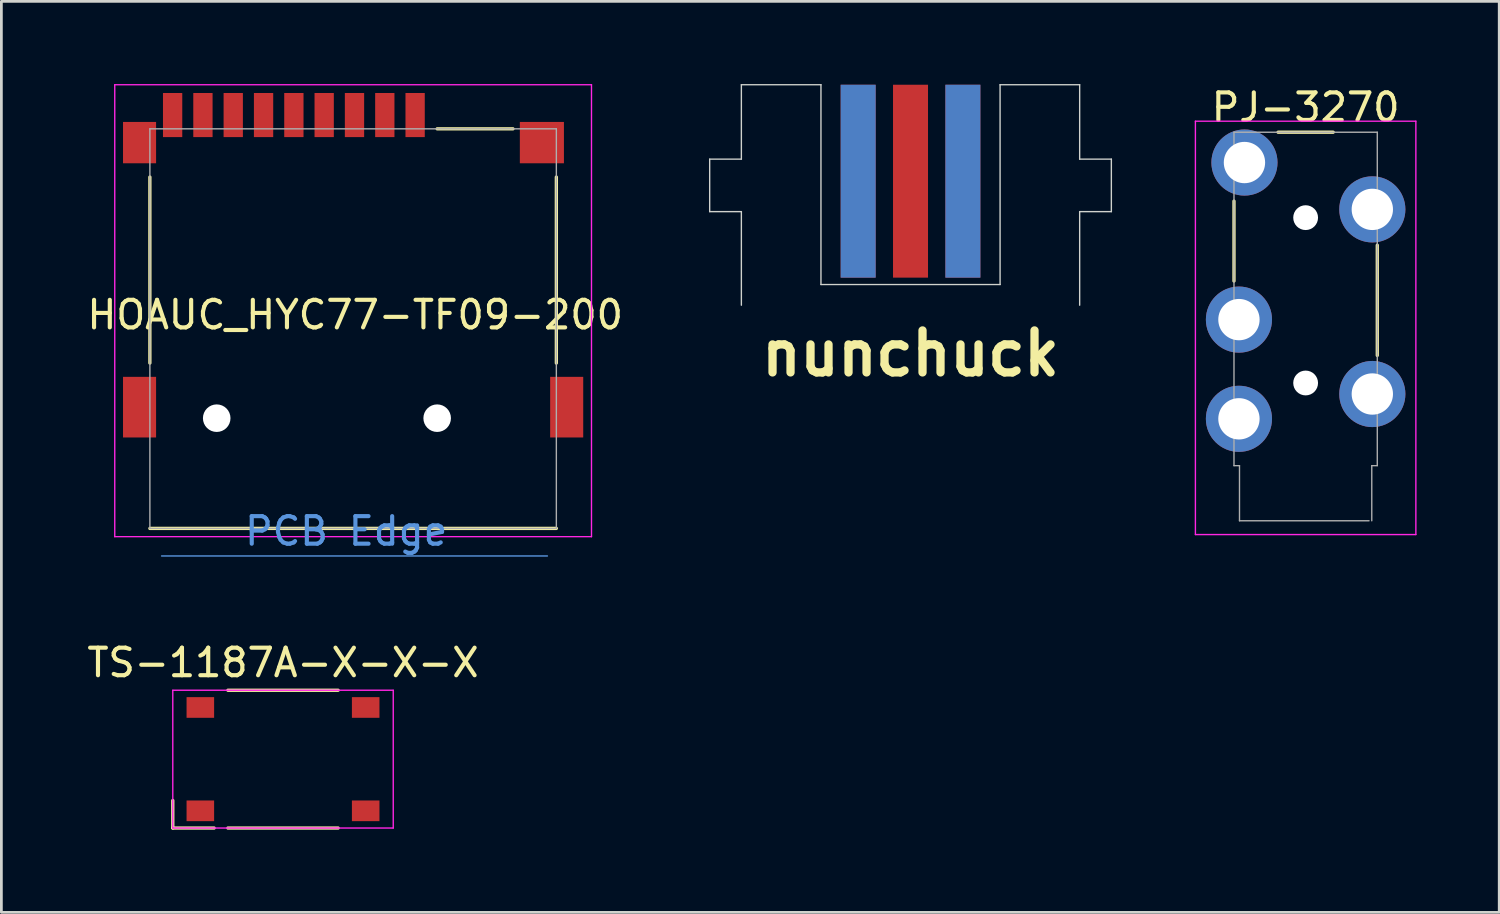
<source format=kicad_pcb>
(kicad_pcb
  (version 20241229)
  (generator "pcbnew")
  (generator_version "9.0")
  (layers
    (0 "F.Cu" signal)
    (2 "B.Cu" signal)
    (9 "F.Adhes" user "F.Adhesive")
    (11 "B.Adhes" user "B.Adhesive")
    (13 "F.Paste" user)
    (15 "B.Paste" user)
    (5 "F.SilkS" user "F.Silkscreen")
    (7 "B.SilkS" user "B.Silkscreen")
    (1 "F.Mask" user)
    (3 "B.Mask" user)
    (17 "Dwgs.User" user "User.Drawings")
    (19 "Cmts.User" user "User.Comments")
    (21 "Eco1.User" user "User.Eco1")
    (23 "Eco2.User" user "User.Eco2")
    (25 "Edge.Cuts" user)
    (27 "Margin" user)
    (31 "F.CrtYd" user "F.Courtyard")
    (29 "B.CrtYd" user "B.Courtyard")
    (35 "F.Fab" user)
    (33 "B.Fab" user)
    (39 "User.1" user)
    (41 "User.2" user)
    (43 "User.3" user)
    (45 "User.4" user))
  (footprint "HOAUC_HYC77-TF09-200"
    (layer "F.Cu")
    (at 4.814 12.125)
    (property "Reference" "HOAUC_HYC77-TF09-200" (at 5.025 -3.75 0) (layer "F.SilkS") (effects (font (size 1 1) (thickness 0.15))))
    (attr through_hole)
    (fp_line (start -2.425 -2) (end -2.425 -8.75) (stroke (width 0.12) (type solid)) (layer "F.SilkS"))
    (fp_line (start -2.425 4) (end 12.325 4) (stroke (width 0.12) (type solid)) (layer "F.SilkS"))
    (fp_line (start 10.75 -10.5) (end 8 -10.5) (stroke (width 0.12) (type solid)) (layer "F.SilkS"))
    (fp_line (start 12.325 -2) (end 12.325 -8.75) (stroke (width 0.12) (type solid)) (layer "F.SilkS"))
    (fp_line (start -2 5) (end 12 5) (stroke (width 0.05) (type solid)) (layer "Cmts.User"))
    (fp_line (start -3.7 -12.1) (end -3.7 4.3) (stroke (width 0.05) (type solid)) (layer "F.CrtYd"))
    (fp_line (start -3.7 -12.1) (end 13.6 -12.1) (stroke (width 0.05) (type solid)) (layer "F.CrtYd"))
    (fp_line (start -3.7 4.3) (end 13.6 4.3) (stroke (width 0.05) (type solid)) (layer "F.CrtYd"))
    (fp_line (start 13.6 -12.1) (end 13.6 4.3) (stroke (width 0.05) (type solid)) (layer "F.CrtYd"))
    (fp_line (start -2.425 -10.5) (end -2.425 4) (stroke (width 0.05) (type solid)) (layer "F.Fab"))
    (fp_line (start -2.425 4) (end 12.325 4) (stroke (width 0.05) (type solid)) (layer "F.Fab"))
    (fp_line (start 12.325 -10.5) (end -2.425 -10.5) (stroke (width 0.05) (type solid)) (layer "F.Fab"))
    (fp_line (start 12.325 4) (end 12.325 -10.5) (stroke (width 0.05) (type solid)) (layer "F.Fab"))
    (fp_text user "PCB Edge" (at 4.7 4.1 0) (layer "Cmts.User") (effects (font (size 1 1) (thickness 0.15))))
    (pad "" np_thru_hole circle (at 0 0) (size 1 1) (drill 1) (layers "*.Cu" "*.Mask"))
    (pad "" np_thru_hole circle (at 8 0) (size 1 1) (drill 1) (layers "*.Cu" "*.Mask"))
    (pad "1" smd rect (at 7.2 -11) (size 0.7 1.6) (layers "F.Cu" "F.Mask" "F.Paste"))
    (pad "2" smd rect (at 6.1 -11) (size 0.7 1.6) (layers "F.Cu" "F.Mask" "F.Paste"))
    (pad "3" smd rect (at 5 -11) (size 0.7 1.6) (layers "F.Cu" "F.Mask" "F.Paste"))
    (pad "4" smd rect (at 3.9 -11) (size 0.7 1.6) (layers "F.Cu" "F.Mask" "F.Paste"))
    (pad "5" smd rect (at 2.8 -11) (size 0.7 1.6) (layers "F.Cu" "F.Mask" "F.Paste"))
    (pad "6" smd rect (at 1.7 -11) (size 0.7 1.6) (layers "F.Cu" "F.Mask" "F.Paste"))
    (pad "7" smd rect (at 0.6 -11) (size 0.7 1.6) (layers "F.Cu" "F.Mask" "F.Paste"))
    (pad "8" smd rect (at -0.5 -11) (size 0.7 1.6) (layers "F.Cu" "F.Mask" "F.Paste"))
    (pad "9" smd rect (at -2.8 -10) (size 1.2 1.5) (layers "F.Cu" "F.Mask" "F.Paste"))
    (pad "10" smd rect (at -1.6 -11) (size 0.7 1.6) (layers "F.Cu" "F.Mask" "F.Paste"))
    (pad "11" smd rect (at -2.8 -0.4) (size 1.2 2.2) (layers "F.Cu" "F.Mask" "F.Paste"))
    (pad "11" smd rect (at 11.8 -10) (size 1.6 1.5) (layers "F.Cu" "F.Mask" "F.Paste"))
    (pad "11" smd rect (at 12.7 -0.4) (size 1.2 2.2) (layers "F.Cu" "F.Mask" "F.Paste")))
  (footprint "PJ-3270"
    (layer "F.Cu")
    (at 44.329 13.848)
    (property "Reference" "PJ-3270" (at 0 -13 0) (layer "F.SilkS") (effects (font (size 1 1) (thickness 0.15))))
    (attr through_hole)
    (fp_line (start -2.6 -6.7) (end -2.6 -9.6) (stroke (width 0.12) (type solid)) (layer "F.SilkS"))
    (fp_line (start -1 -12.1) (end 1 -12.1) (stroke (width 0.12) (type solid)) (layer "F.SilkS"))
    (fp_line (start 2.6 -4) (end 2.6 -8) (stroke (width 0.12) (type solid)) (layer "F.SilkS"))
    (fp_line (start -4 -12.5) (end -4 2.5) (stroke (width 0.05) (type solid)) (layer "F.CrtYd"))
    (fp_line (start -4 2.5) (end 4 2.5) (stroke (width 0.05) (type solid)) (layer "F.CrtYd"))
    (fp_line (start 4 -12.5) (end -4 -12.5) (stroke (width 0.05) (type solid)) (layer "F.CrtYd"))
    (fp_line (start 4 2.5) (end 4 -12.5) (stroke (width 0.05) (type solid)) (layer "F.CrtYd"))
    (fp_line (start -2.6 -12.1) (end 2.6 -12.1) (stroke (width 0.05) (type solid)) (layer "F.Fab"))
    (fp_line (start -2.6 0) (end -2.6 -12.1) (stroke (width 0.05) (type solid)) (layer "F.Fab"))
    (fp_line (start -2.4 0) (end -2.6 0) (stroke (width 0.05) (type solid)) (layer "F.Fab"))
    (fp_line (start -2.4 2) (end -2.4 0) (stroke (width 0.05) (type solid)) (layer "F.Fab"))
    (fp_line (start -2.4 2) (end 2.3 2) (stroke (width 0.05) (type solid)) (layer "F.Fab"))
    (fp_line (start 2.4 0) (end 2.6 0) (stroke (width 0.05) (type solid)) (layer "F.Fab"))
    (fp_line (start 2.4 2) (end 2.4 0) (stroke (width 0.05) (type solid)) (layer "F.Fab"))
    (fp_line (start 2.6 0) (end 2.6 -12.1) (stroke (width 0.05) (type solid)) (layer "F.Fab"))
    (pad "" np_thru_hole circle (at 0 -9 90) (size 0.9 0.9) (drill 0.9) (layers "*.Cu" "*.Mask"))
    (pad "" np_thru_hole circle (at 0 -3 90) (size 0.9 0.9) (drill 0.9) (layers "*.Cu" "*.Mask"))
    (pad "R" thru_hole circle (at -2.42 -5.3) (size 2.4 2.4) (drill 1.5) (layers "*.Cu" "*.Mask"))
    (pad "S" thru_hole circle (at -2.42 -1.7) (size 2.4 2.4) (drill 1.5) (layers "*.Cu" "*.Mask"))
    (pad "SN" thru_hole circle (at 2.42 -2.6) (size 2.4 2.4) (drill 1.5) (layers "*.Cu" "*.Mask"))
    (pad "T" thru_hole circle (at 2.42 -9.3) (size 2.4 2.4) (drill 1.5) (layers "*.Cu" "*.Mask"))
    (pad "TN" thru_hole circle (at -2.22 -11) (size 2.4 2.4) (drill 1.5) (layers "*.Cu" "*.Mask")))
  (footprint "TS-1187A-X-X-X"
    (layer "F.Cu")
    (at 7.22 24.498)
    (property "Reference" "TS-1187A-X-X-X" (at 0 -3.5 0) (layer "F.SilkS") (effects (font (size 1 1) (thickness 0.15))))
    (attr smd)
    (fp_line (start -4 1.5) (end -4 2.5) (stroke (width 0.12) (type solid)) (layer "F.SilkS"))
    (fp_line (start -4 2.5) (end -2.5 2.5) (stroke (width 0.12) (type solid)) (layer "F.SilkS"))
    (fp_line (start -2 -2.5) (end 2 -2.5) (stroke (width 0.12) (type solid)) (layer "F.SilkS"))
    (fp_line (start -2 2.5) (end 2 2.5) (stroke (width 0.12) (type solid)) (layer "F.SilkS"))
    (fp_line (start -4 -2.5) (end 4 -2.5) (stroke (width 0.05) (type solid)) (layer "F.CrtYd"))
    (fp_line (start -4 2.5) (end -4 -2.5) (stroke (width 0.05) (type solid)) (layer "F.CrtYd"))
    (fp_line (start 4 -2.5) (end 4 2.5) (stroke (width 0.05) (type solid)) (layer "F.CrtYd"))
    (fp_line (start 4 2.5) (end -4 2.5) (stroke (width 0.05) (type solid)) (layer "F.CrtYd"))
    (pad "1" smd rect (at -3 1.875 180) (size 1 0.75) (layers "F.Cu" "F.Mask" "F.Paste"))
    (pad "1" smd rect (at 3 1.875) (size 1 0.75) (layers "F.Cu" "F.Mask" "F.Paste"))
    (pad "2" smd rect (at -3 -1.875 180) (size 1 0.75) (layers "F.Cu" "F.Mask" "F.Paste"))
    (pad "2" smd rect (at 3 -1.875) (size 1 0.75) (layers "F.Cu" "F.Mask" "F.Paste")))
  (footprint "nunchuck"
    (layer "F.Cu")
    (at 29.991 4.025)
    (property "Reference" "nunchuck" (at 0 5.75 0) (layer "F.SilkS") (effects (font (size 1.524 1.524) (thickness 0.3))))
    (attr through_hole)
    (fp_line (start -7.288 -1.3) (end -7.288 0.605) (stroke (width 0.05) (type solid)) (layer "Edge.Cuts"))
    (fp_line (start -6.138 -4) (end -6.138 -1.3) (stroke (width 0.05) (type solid)) (layer "Edge.Cuts"))
    (fp_line (start -6.138 -1.3) (end -7.288 -1.3) (stroke (width 0.05) (type solid)) (layer "Edge.Cuts"))
    (fp_line (start -6.138 0.605) (end -7.288 0.605) (stroke (width 0.05) (type solid)) (layer "Edge.Cuts"))
    (fp_line (start -6.138 0.605) (end -6.138 4) (stroke (width 0.05) (type solid)) (layer "Edge.Cuts"))
    (fp_line (start -3.25 -4) (end -6.138 -4) (stroke (width 0.05) (type solid)) (layer "Edge.Cuts"))
    (fp_line (start -3.25 3.25) (end -3.25 -4) (stroke (width 0.05) (type solid)) (layer "Edge.Cuts"))
    (fp_line (start 3.25 -4) (end 3.25 3.25) (stroke (width 0.05) (type solid)) (layer "Edge.Cuts"))
    (fp_line (start 3.25 -4) (end 6.138 -4) (stroke (width 0.05) (type solid)) (layer "Edge.Cuts"))
    (fp_line (start 3.25 3.25) (end -3.25 3.25) (stroke (width 0.05) (type solid)) (layer "Edge.Cuts"))
    (fp_line (start 6.138 -4) (end 6.138 -1.3) (stroke (width 0.05) (type solid)) (layer "Edge.Cuts"))
    (fp_line (start 6.138 -1.3) (end 7.288 -1.3) (stroke (width 0.05) (type solid)) (layer "Edge.Cuts"))
    (fp_line (start 6.138 0.605) (end 6.138 4) (stroke (width 0.05) (type solid)) (layer "Edge.Cuts"))
    (fp_line (start 6.138 0.605) (end 7.288 0.605) (stroke (width 0.05) (type solid)) (layer "Edge.Cuts"))
    (fp_line (start 7.288 -1.3) (end 7.288 0.605) (stroke (width 0.05) (type solid)) (layer "Edge.Cuts"))
    (pad "1" smd rect (at 1.9 -0.5) (size 1.27 7) (layers "F.Cu" "F.Mask"))
    (pad "2" smd rect (at 0 -0.5) (size 1.27 7) (layers "F.Cu" "F.Mask"))
    (pad "3" smd rect (at -1.9 -0.5) (size 1.27 7) (layers "F.Cu" "F.Mask"))
    (pad "4" smd rect (at -1.9 -0.5) (size 1.27 7) (layers "B.Cu" "B.Mask"))
    (pad "6" smd rect (at 1.9 -0.5) (size 1.27 7) (layers "B.Cu" "B.Mask")))
  (gr_rect
    (start -3 -3)
    (end 51.354 30.058)
    (stroke (width 0.1) (type default))
    (fill no)
    (layer "Edge.Cuts")))
</source>
